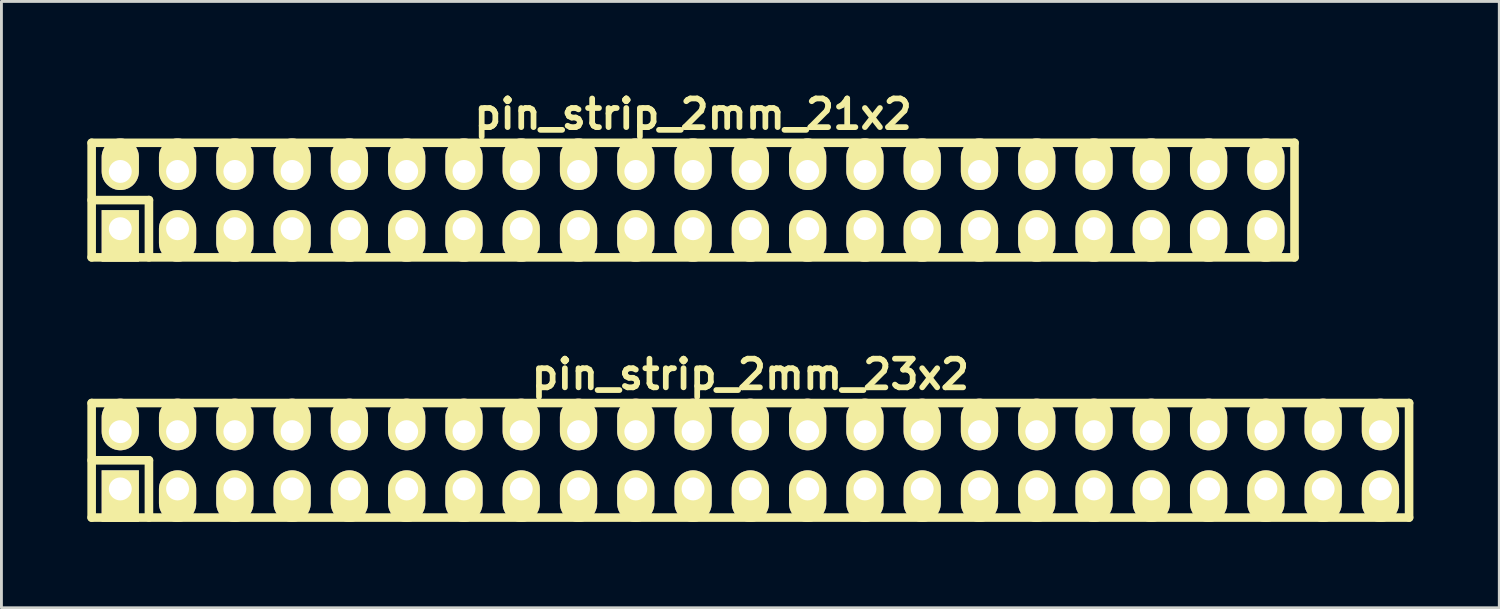
<source format=kicad_pcb>
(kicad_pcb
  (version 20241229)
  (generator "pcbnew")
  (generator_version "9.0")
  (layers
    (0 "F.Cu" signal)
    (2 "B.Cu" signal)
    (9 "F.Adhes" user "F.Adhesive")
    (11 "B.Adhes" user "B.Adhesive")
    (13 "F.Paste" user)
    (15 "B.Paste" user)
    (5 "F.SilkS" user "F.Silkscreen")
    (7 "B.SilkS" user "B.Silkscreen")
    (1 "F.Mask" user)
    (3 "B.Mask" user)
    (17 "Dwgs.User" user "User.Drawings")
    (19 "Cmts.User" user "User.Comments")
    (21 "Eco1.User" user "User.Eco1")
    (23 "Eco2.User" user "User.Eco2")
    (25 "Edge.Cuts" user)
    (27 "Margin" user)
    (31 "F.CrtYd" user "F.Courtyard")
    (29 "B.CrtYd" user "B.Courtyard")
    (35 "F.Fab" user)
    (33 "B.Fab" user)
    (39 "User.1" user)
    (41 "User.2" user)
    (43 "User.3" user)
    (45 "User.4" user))
  (footprint "pin_strip_2mm_23x2"
    (layer "F.Cu")
    (at 23.15 13.022)
    (property "Reference" "pin_strip_2mm_23x2" (at 0 -3 0) (layer "F.SilkS") (effects (font (size 1 1) (thickness 0.2))))
    (attr through_hole)
    (fp_line (start -23 -2) (end 23 -2) (stroke (width 0.3) (type solid)) (layer "F.SilkS"))
    (fp_line (start -23 0) (end -21 0) (stroke (width 0.3) (type solid)) (layer "F.SilkS"))
    (fp_line (start -23 2) (end -23 -2) (stroke (width 0.3) (type solid)) (layer "F.SilkS"))
    (fp_line (start -21 0) (end -21 2) (stroke (width 0.3) (type solid)) (layer "F.SilkS"))
    (fp_line (start 23 -2) (end 23 2) (stroke (width 0.3) (type solid)) (layer "F.SilkS"))
    (fp_line (start 23 2) (end -23 2) (stroke (width 0.3) (type solid)) (layer "F.SilkS"))
    (pad "1" thru_hole rect (at -22 1) (size 1.3 1.8) (drill 0.8 (offset 0 0.25)) (layers "*.Cu" "*.Mask" "F.SilkS"))
    (pad "2" thru_hole oval (at -22 -1) (size 1.3 1.8) (drill 0.8 (offset 0 -0.25)) (layers "*.Cu" "*.Mask" "F.SilkS"))
    (pad "3" thru_hole oval (at -20 1) (size 1.3 1.8) (drill 0.8 (offset 0 0.25)) (layers "*.Cu" "*.Mask" "F.SilkS"))
    (pad "4" thru_hole oval (at -20 -1) (size 1.3 1.8) (drill 0.8 (offset 0 -0.25)) (layers "*.Cu" "*.Mask" "F.SilkS"))
    (pad "5" thru_hole oval (at -18 1) (size 1.3 1.8) (drill 0.8 (offset 0 0.25)) (layers "*.Cu" "*.Mask" "F.SilkS"))
    (pad "6" thru_hole oval (at -18 -1) (size 1.3 1.8) (drill 0.8 (offset 0 -0.25)) (layers "*.Cu" "*.Mask" "F.SilkS"))
    (pad "7" thru_hole oval (at -16 1) (size 1.3 1.8) (drill 0.8 (offset 0 0.25)) (layers "*.Cu" "*.Mask" "F.SilkS"))
    (pad "8" thru_hole oval (at -16 -1) (size 1.3 1.8) (drill 0.8 (offset 0 -0.25)) (layers "*.Cu" "*.Mask" "F.SilkS"))
    (pad "9" thru_hole oval (at -14 1) (size 1.3 1.8) (drill 0.8 (offset 0 0.25)) (layers "*.Cu" "*.Mask" "F.SilkS"))
    (pad "10" thru_hole oval (at -14 -1) (size 1.3 1.8) (drill 0.8 (offset 0 -0.25)) (layers "*.Cu" "*.Mask" "F.SilkS"))
    (pad "11" thru_hole oval (at -12 1) (size 1.3 1.8) (drill 0.8 (offset 0 0.25)) (layers "*.Cu" "*.Mask" "F.SilkS"))
    (pad "12" thru_hole oval (at -12 -1) (size 1.3 1.8) (drill 0.8 (offset 0 -0.25)) (layers "*.Cu" "*.Mask" "F.SilkS"))
    (pad "13" thru_hole oval (at -10 1) (size 1.3 1.8) (drill 0.8 (offset 0 0.25)) (layers "*.Cu" "*.Mask" "F.SilkS"))
    (pad "14" thru_hole oval (at -10 -1) (size 1.3 1.8) (drill 0.8 (offset 0 -0.25)) (layers "*.Cu" "*.Mask" "F.SilkS"))
    (pad "15" thru_hole oval (at -8 1) (size 1.3 1.8) (drill 0.8 (offset 0 0.25)) (layers "*.Cu" "*.Mask" "F.SilkS"))
    (pad "16" thru_hole oval (at -8 -1) (size 1.3 1.8) (drill 0.8 (offset 0 -0.25)) (layers "*.Cu" "*.Mask" "F.SilkS"))
    (pad "17" thru_hole oval (at -6 1) (size 1.3 1.8) (drill 0.8 (offset 0 0.25)) (layers "*.Cu" "*.Mask" "F.SilkS"))
    (pad "18" thru_hole oval (at -6 -1) (size 1.3 1.8) (drill 0.8 (offset 0 -0.25)) (layers "*.Cu" "*.Mask" "F.SilkS"))
    (pad "19" thru_hole oval (at -4 1) (size 1.3 1.8) (drill 0.8 (offset 0 0.25)) (layers "*.Cu" "*.Mask" "F.SilkS"))
    (pad "20" thru_hole oval (at -4 -1) (size 1.3 1.8) (drill 0.8 (offset 0 -0.25)) (layers "*.Cu" "*.Mask" "F.SilkS"))
    (pad "21" thru_hole oval (at -2 1) (size 1.3 1.8) (drill 0.8 (offset 0 0.25)) (layers "*.Cu" "*.Mask" "F.SilkS"))
    (pad "22" thru_hole oval (at -2 -1) (size 1.3 1.8) (drill 0.8 (offset 0 -0.25)) (layers "*.Cu" "*.Mask" "F.SilkS"))
    (pad "23" thru_hole oval (at 0 1) (size 1.3 1.8) (drill 0.8 (offset 0 0.25)) (layers "*.Cu" "*.Mask" "F.SilkS"))
    (pad "24" thru_hole oval (at 0 -1) (size 1.3 1.8) (drill 0.8 (offset 0 -0.25)) (layers "*.Cu" "*.Mask" "F.SilkS"))
    (pad "25" thru_hole oval (at 2 1) (size 1.3 1.8) (drill 0.8 (offset 0 0.25)) (layers "*.Cu" "*.Mask" "F.SilkS"))
    (pad "26" thru_hole oval (at 2 -1) (size 1.3 1.8) (drill 0.8 (offset 0 -0.25)) (layers "*.Cu" "*.Mask" "F.SilkS"))
    (pad "27" thru_hole oval (at 4 1) (size 1.3 1.8) (drill 0.8 (offset 0 0.25)) (layers "*.Cu" "*.Mask" "F.SilkS"))
    (pad "28" thru_hole oval (at 4 -1) (size 1.3 1.8) (drill 0.8 (offset 0 -0.25)) (layers "*.Cu" "*.Mask" "F.SilkS"))
    (pad "29" thru_hole oval (at 6 1) (size 1.3 1.8) (drill 0.8 (offset 0 0.25)) (layers "*.Cu" "*.Mask" "F.SilkS"))
    (pad "30" thru_hole oval (at 6 -1) (size 1.3 1.8) (drill 0.8 (offset 0 -0.25)) (layers "*.Cu" "*.Mask" "F.SilkS"))
    (pad "31" thru_hole oval (at 8 1) (size 1.3 1.8) (drill 0.8 (offset 0 0.25)) (layers "*.Cu" "*.Mask" "F.SilkS"))
    (pad "32" thru_hole oval (at 8 -1) (size 1.3 1.8) (drill 0.8 (offset 0 -0.25)) (layers "*.Cu" "*.Mask" "F.SilkS"))
    (pad "33" thru_hole oval (at 10 1) (size 1.3 1.8) (drill 0.8 (offset 0 0.25)) (layers "*.Cu" "*.Mask" "F.SilkS"))
    (pad "34" thru_hole oval (at 10 -1) (size 1.3 1.8) (drill 0.8 (offset 0 -0.25)) (layers "*.Cu" "*.Mask" "F.SilkS"))
    (pad "35" thru_hole oval (at 12 1) (size 1.3 1.8) (drill 0.8 (offset 0 0.25)) (layers "*.Cu" "*.Mask" "F.SilkS"))
    (pad "36" thru_hole oval (at 12 -1) (size 1.3 1.8) (drill 0.8 (offset 0 -0.25)) (layers "*.Cu" "*.Mask" "F.SilkS"))
    (pad "37" thru_hole oval (at 14 1) (size 1.3 1.8) (drill 0.8 (offset 0 0.25)) (layers "*.Cu" "*.Mask" "F.SilkS"))
    (pad "38" thru_hole oval (at 14 -1) (size 1.3 1.8) (drill 0.8 (offset 0 -0.25)) (layers "*.Cu" "*.Mask" "F.SilkS"))
    (pad "39" thru_hole oval (at 16 1) (size 1.3 1.8) (drill 0.8 (offset 0 0.25)) (layers "*.Cu" "*.Mask" "F.SilkS"))
    (pad "40" thru_hole oval (at 16 -1) (size 1.3 1.8) (drill 0.8 (offset 0 -0.25)) (layers "*.Cu" "*.Mask" "F.SilkS"))
    (pad "41" thru_hole oval (at 18 1) (size 1.3 1.8) (drill 0.8 (offset 0 0.25)) (layers "*.Cu" "*.Mask" "F.SilkS"))
    (pad "42" thru_hole oval (at 18 -1) (size 1.3 1.8) (drill 0.8 (offset 0 -0.25)) (layers "*.Cu" "*.Mask" "F.SilkS"))
    (pad "43" thru_hole oval (at 20 1) (size 1.3 1.8) (drill 0.8 (offset 0 0.25)) (layers "*.Cu" "*.Mask" "F.SilkS"))
    (pad "44" thru_hole oval (at 20 -1) (size 1.3 1.8) (drill 0.8 (offset 0 -0.25)) (layers "*.Cu" "*.Mask" "F.SilkS"))
    (pad "45" thru_hole oval (at 22 1) (size 1.3 1.8) (drill 0.8 (offset 0 0.25)) (layers "*.Cu" "*.Mask" "F.SilkS"))
    (pad "46" thru_hole oval (at 22 -1) (size 1.3 1.8) (drill 0.8 (offset 0 -0.25)) (layers "*.Cu" "*.Mask" "F.SilkS")))
  (footprint "pin_strip_2mm_21x2"
    (layer "F.Cu")
    (at 21.15 3.936)
    (property "Reference" "pin_strip_2mm_21x2" (at 0 -3 0) (layer "F.SilkS") (effects (font (size 1 1) (thickness 0.2))))
    (attr through_hole)
    (fp_line (start -21 -2) (end 21 -2) (stroke (width 0.3) (type solid)) (layer "F.SilkS"))
    (fp_line (start -21 0) (end -19 0) (stroke (width 0.3) (type solid)) (layer "F.SilkS"))
    (fp_line (start -21 2) (end -21 -2) (stroke (width 0.3) (type solid)) (layer "F.SilkS"))
    (fp_line (start -19 0) (end -19 2) (stroke (width 0.3) (type solid)) (layer "F.SilkS"))
    (fp_line (start 21 -2) (end 21 2) (stroke (width 0.3) (type solid)) (layer "F.SilkS"))
    (fp_line (start 21 2) (end -21 2) (stroke (width 0.3) (type solid)) (layer "F.SilkS"))
    (pad "1" thru_hole rect (at -20 1) (size 1.3 1.8) (drill 0.8 (offset 0 0.25)) (layers "*.Cu" "*.Mask" "F.SilkS"))
    (pad "2" thru_hole oval (at -20 -1) (size 1.3 1.8) (drill 0.8 (offset 0 -0.25)) (layers "*.Cu" "*.Mask" "F.SilkS"))
    (pad "3" thru_hole oval (at -18 1) (size 1.3 1.8) (drill 0.8 (offset 0 0.25)) (layers "*.Cu" "*.Mask" "F.SilkS"))
    (pad "4" thru_hole oval (at -18 -1) (size 1.3 1.8) (drill 0.8 (offset 0 -0.25)) (layers "*.Cu" "*.Mask" "F.SilkS"))
    (pad "5" thru_hole oval (at -16 1) (size 1.3 1.8) (drill 0.8 (offset 0 0.25)) (layers "*.Cu" "*.Mask" "F.SilkS"))
    (pad "6" thru_hole oval (at -16 -1) (size 1.3 1.8) (drill 0.8 (offset 0 -0.25)) (layers "*.Cu" "*.Mask" "F.SilkS"))
    (pad "7" thru_hole oval (at -14 1) (size 1.3 1.8) (drill 0.8 (offset 0 0.25)) (layers "*.Cu" "*.Mask" "F.SilkS"))
    (pad "8" thru_hole oval (at -14 -1) (size 1.3 1.8) (drill 0.8 (offset 0 -0.25)) (layers "*.Cu" "*.Mask" "F.SilkS"))
    (pad "9" thru_hole oval (at -12 1) (size 1.3 1.8) (drill 0.8 (offset 0 0.25)) (layers "*.Cu" "*.Mask" "F.SilkS"))
    (pad "10" thru_hole oval (at -12 -1) (size 1.3 1.8) (drill 0.8 (offset 0 -0.25)) (layers "*.Cu" "*.Mask" "F.SilkS"))
    (pad "11" thru_hole oval (at -10 1) (size 1.3 1.8) (drill 0.8 (offset 0 0.25)) (layers "*.Cu" "*.Mask" "F.SilkS"))
    (pad "12" thru_hole oval (at -10 -1) (size 1.3 1.8) (drill 0.8 (offset 0 -0.25)) (layers "*.Cu" "*.Mask" "F.SilkS"))
    (pad "13" thru_hole oval (at -8 1) (size 1.3 1.8) (drill 0.8 (offset 0 0.25)) (layers "*.Cu" "*.Mask" "F.SilkS"))
    (pad "14" thru_hole oval (at -8 -1) (size 1.3 1.8) (drill 0.8 (offset 0 -0.25)) (layers "*.Cu" "*.Mask" "F.SilkS"))
    (pad "15" thru_hole oval (at -6 1) (size 1.3 1.8) (drill 0.8 (offset 0 0.25)) (layers "*.Cu" "*.Mask" "F.SilkS"))
    (pad "16" thru_hole oval (at -6 -1) (size 1.3 1.8) (drill 0.8 (offset 0 -0.25)) (layers "*.Cu" "*.Mask" "F.SilkS"))
    (pad "17" thru_hole oval (at -4 1) (size 1.3 1.8) (drill 0.8 (offset 0 0.25)) (layers "*.Cu" "*.Mask" "F.SilkS"))
    (pad "18" thru_hole oval (at -4 -1) (size 1.3 1.8) (drill 0.8 (offset 0 -0.25)) (layers "*.Cu" "*.Mask" "F.SilkS"))
    (pad "19" thru_hole oval (at -2 1) (size 1.3 1.8) (drill 0.8 (offset 0 0.25)) (layers "*.Cu" "*.Mask" "F.SilkS"))
    (pad "20" thru_hole oval (at -2 -1) (size 1.3 1.8) (drill 0.8 (offset 0 -0.25)) (layers "*.Cu" "*.Mask" "F.SilkS"))
    (pad "21" thru_hole oval (at 0 1) (size 1.3 1.8) (drill 0.8 (offset 0 0.25)) (layers "*.Cu" "*.Mask" "F.SilkS"))
    (pad "22" thru_hole oval (at 0 -1) (size 1.3 1.8) (drill 0.8 (offset 0 -0.25)) (layers "*.Cu" "*.Mask" "F.SilkS"))
    (pad "23" thru_hole oval (at 2 1) (size 1.3 1.8) (drill 0.8 (offset 0 0.25)) (layers "*.Cu" "*.Mask" "F.SilkS"))
    (pad "24" thru_hole oval (at 2 -1) (size 1.3 1.8) (drill 0.8 (offset 0 -0.25)) (layers "*.Cu" "*.Mask" "F.SilkS"))
    (pad "25" thru_hole oval (at 4 1) (size 1.3 1.8) (drill 0.8 (offset 0 0.25)) (layers "*.Cu" "*.Mask" "F.SilkS"))
    (pad "26" thru_hole oval (at 4 -1) (size 1.3 1.8) (drill 0.8 (offset 0 -0.25)) (layers "*.Cu" "*.Mask" "F.SilkS"))
    (pad "27" thru_hole oval (at 6 1) (size 1.3 1.8) (drill 0.8 (offset 0 0.25)) (layers "*.Cu" "*.Mask" "F.SilkS"))
    (pad "28" thru_hole oval (at 6 -1) (size 1.3 1.8) (drill 0.8 (offset 0 -0.25)) (layers "*.Cu" "*.Mask" "F.SilkS"))
    (pad "29" thru_hole oval (at 8 1) (size 1.3 1.8) (drill 0.8 (offset 0 0.25)) (layers "*.Cu" "*.Mask" "F.SilkS"))
    (pad "30" thru_hole oval (at 8 -1) (size 1.3 1.8) (drill 0.8 (offset 0 -0.25)) (layers "*.Cu" "*.Mask" "F.SilkS"))
    (pad "31" thru_hole oval (at 10 1) (size 1.3 1.8) (drill 0.8 (offset 0 0.25)) (layers "*.Cu" "*.Mask" "F.SilkS"))
    (pad "32" thru_hole oval (at 10 -1) (size 1.3 1.8) (drill 0.8 (offset 0 -0.25)) (layers "*.Cu" "*.Mask" "F.SilkS"))
    (pad "33" thru_hole oval (at 12 1) (size 1.3 1.8) (drill 0.8 (offset 0 0.25)) (layers "*.Cu" "*.Mask" "F.SilkS"))
    (pad "34" thru_hole oval (at 12 -1) (size 1.3 1.8) (drill 0.8 (offset 0 -0.25)) (layers "*.Cu" "*.Mask" "F.SilkS"))
    (pad "35" thru_hole oval (at 14 1) (size 1.3 1.8) (drill 0.8 (offset 0 0.25)) (layers "*.Cu" "*.Mask" "F.SilkS"))
    (pad "36" thru_hole oval (at 14 -1) (size 1.3 1.8) (drill 0.8 (offset 0 -0.25)) (layers "*.Cu" "*.Mask" "F.SilkS"))
    (pad "37" thru_hole oval (at 16 1) (size 1.3 1.8) (drill 0.8 (offset 0 0.25)) (layers "*.Cu" "*.Mask" "F.SilkS"))
    (pad "38" thru_hole oval (at 16 -1) (size 1.3 1.8) (drill 0.8 (offset 0 -0.25)) (layers "*.Cu" "*.Mask" "F.SilkS"))
    (pad "39" thru_hole oval (at 18 1) (size 1.3 1.8) (drill 0.8 (offset 0 0.25)) (layers "*.Cu" "*.Mask" "F.SilkS"))
    (pad "40" thru_hole oval (at 18 -1) (size 1.3 1.8) (drill 0.8 (offset 0 -0.25)) (layers "*.Cu" "*.Mask" "F.SilkS"))
    (pad "41" thru_hole oval (at 20 1) (size 1.3 1.8) (drill 0.8 (offset 0 0.25)) (layers "*.Cu" "*.Mask" "F.SilkS"))
    (pad "42" thru_hole oval (at 20 -1) (size 1.3 1.8) (drill 0.8 (offset 0 -0.25)) (layers "*.Cu" "*.Mask" "F.SilkS")))
  (gr_rect
    (start -3 -3)
    (end 49.3 18.172)
    (stroke (width 0.1) (type default))
    (fill no)
    (layer "Edge.Cuts")))
</source>
